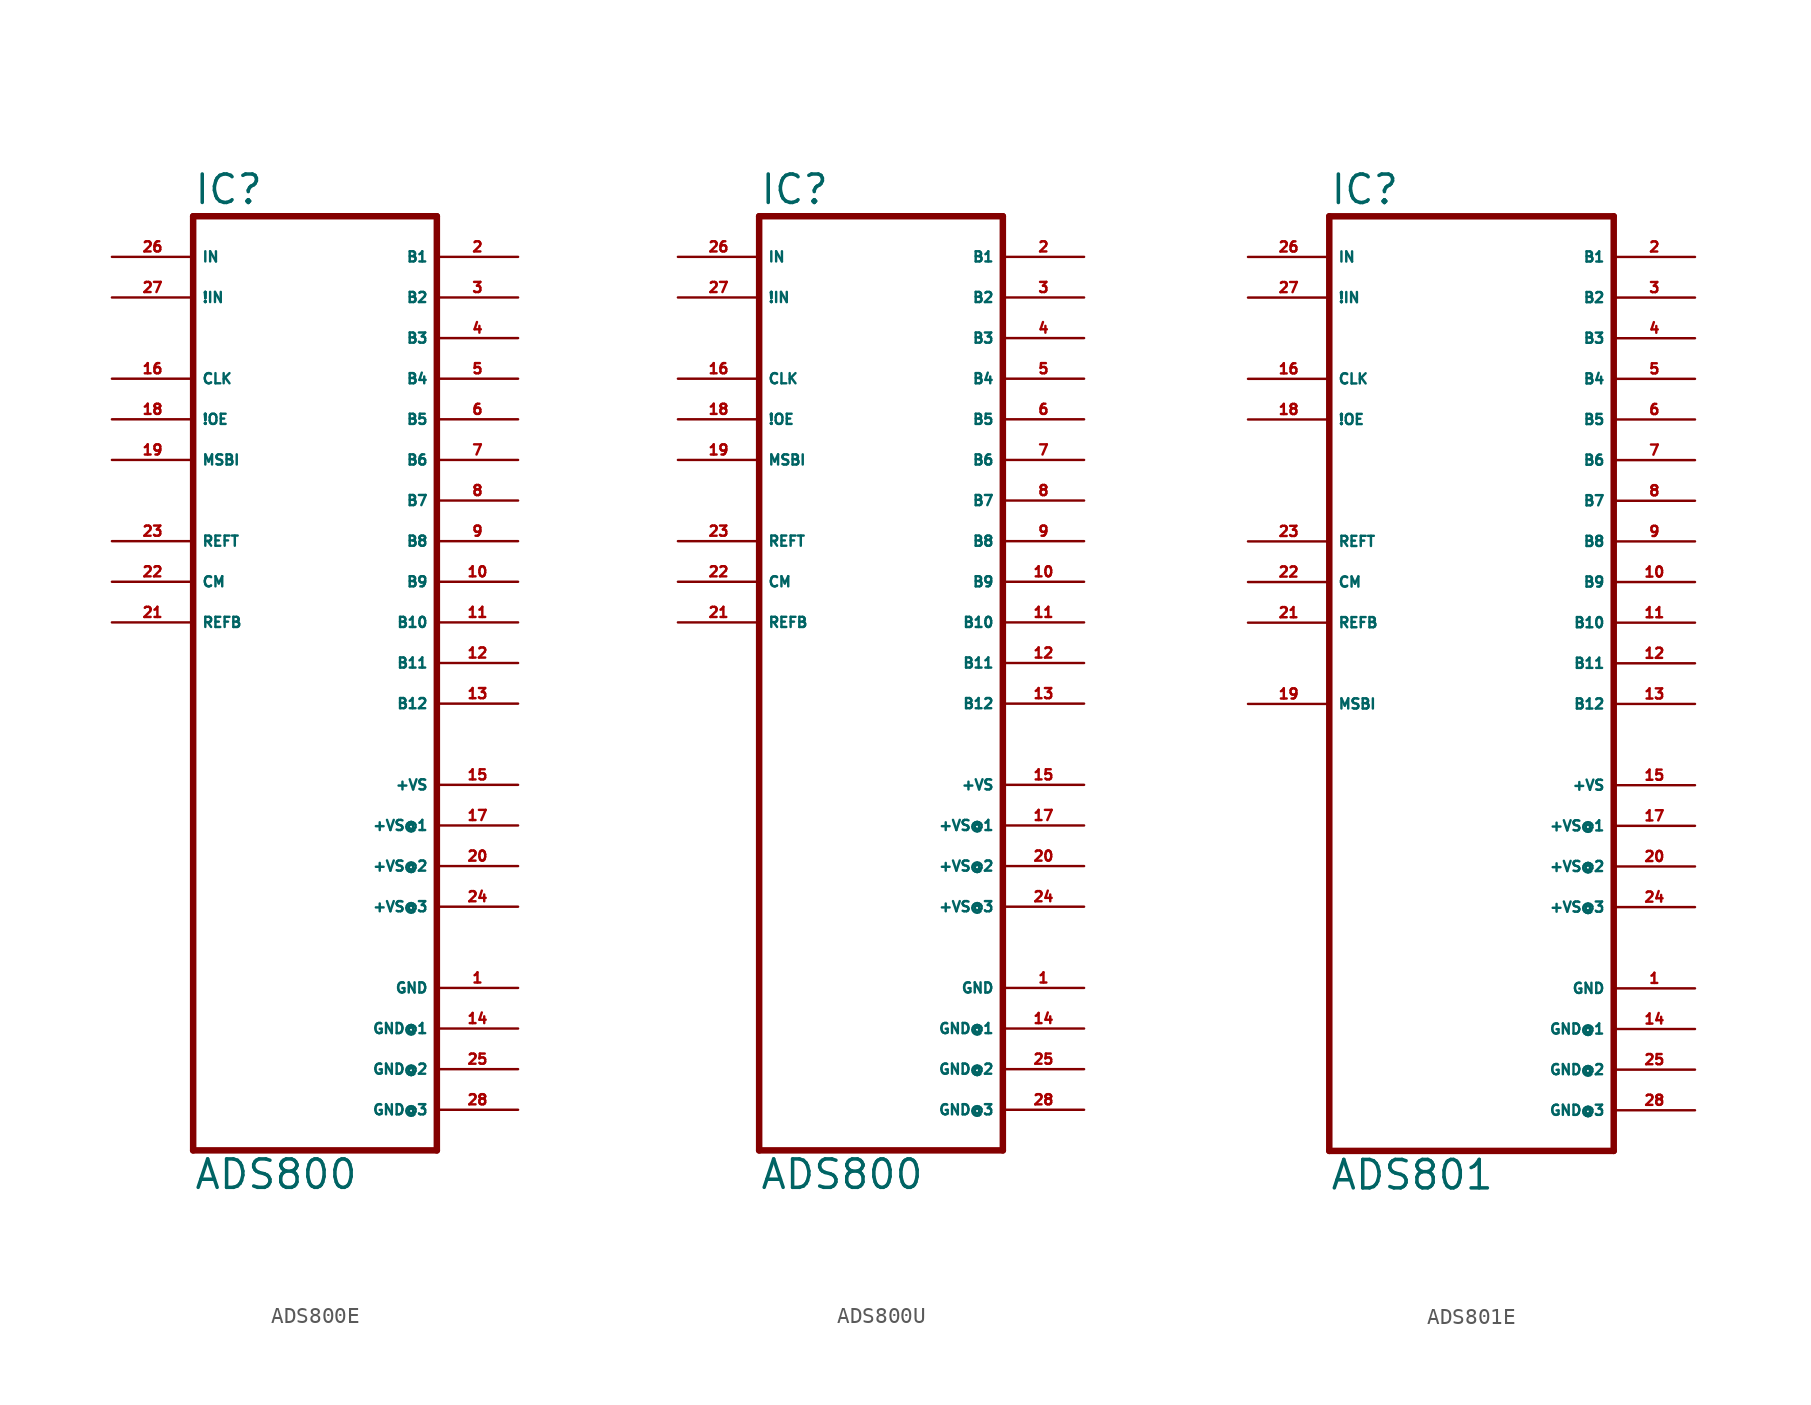
<source format=kicad_sym>
(kicad_symbol_lib
  (version 20220914)
  (generator Eagle2Kicad)
  (symbol "ADS800E"
    (property "Reference" "IC"
      (at -7.62 28.575 0)
      (effects (font (size 1.778 1.778) (thickness 0.22)) (justify left bottom)))
    (property "Value" "ADS800"
      (at -7.62 -33.02 0)
      (effects (font (size 1.778 1.778) (thickness 0.22)) (justify left bottom)))
    (polyline
      (pts (xy 7.62 -30.48) (xy -7.62 -30.48))
      (stroke (width 0.406) (type default))
      (fill (type none)))
    (polyline
      (pts (xy -7.62 -30.48) (xy -7.62 27.94))
      (stroke (width 0.406) (type default))
      (fill (type none)))
    (polyline
      (pts (xy -7.62 27.94) (xy 7.62 27.94))
      (stroke (width 0.406) (type default))
      (fill (type none)))
    (polyline
      (pts (xy 7.62 27.94) (xy 7.62 -30.48))
      (stroke (width 0.406) (type default))
      (fill (type none)))
    (pin input line
      (at -12.7 25.4 0)
      (length 5.08)
      (name "IN" (effects (font (size 0.635 0.635) (thickness 0.08)) (justify left bottom)))
      (number "26" (effects (font (size 0.635 0.635) (thickness 0.08)) (justify left bottom))))
    (pin input line
      (at -12.7 22.86 0)
      (length 5.08)
      (name "!IN" (effects (font (size 0.635 0.635) (thickness 0.08)) (justify left bottom)))
      (number "27" (effects (font (size 0.635 0.635) (thickness 0.08)) (justify left bottom))))
    (pin passive line
      (at -12.7 7.62 0)
      (length 5.08)
      (name "REFT" (effects (font (size 0.635 0.635) (thickness 0.08)) (justify left bottom)))
      (number "23" (effects (font (size 0.635 0.635) (thickness 0.08)) (justify left bottom))))
    (pin passive line
      (at -12.7 2.54 0)
      (length 5.08)
      (name "REFB" (effects (font (size 0.635 0.635) (thickness 0.08)) (justify left bottom)))
      (number "21" (effects (font (size 0.635 0.635) (thickness 0.08)) (justify left bottom))))
    (pin passive line
      (at -12.7 5.08 0)
      (length 5.08)
      (name "CM" (effects (font (size 0.635 0.635) (thickness 0.08)) (justify left bottom)))
      (number "22" (effects (font (size 0.635 0.635) (thickness 0.08)) (justify left bottom))))
    (pin input line
      (at -12.7 17.78 0)
      (length 5.08)
      (name "CLK" (effects (font (size 0.635 0.635) (thickness 0.08)) (justify left bottom)))
      (number "16" (effects (font (size 0.635 0.635) (thickness 0.08)) (justify left bottom))))
    (pin input line
      (at -12.7 15.24 0)
      (length 5.08)
      (name "!OE" (effects (font (size 0.635 0.635) (thickness 0.08)) (justify left bottom)))
      (number "18" (effects (font (size 0.635 0.635) (thickness 0.08)) (justify left bottom))))
    (pin input line
      (at -12.7 12.7 0)
      (length 5.08)
      (name "MSBI" (effects (font (size 0.635 0.635) (thickness 0.08)) (justify left bottom)))
      (number "19" (effects (font (size 0.635 0.635) (thickness 0.08)) (justify left bottom))))
    (pin output line
      (at 12.7 25.4 180)
      (length 5.08)
      (name "B1" (effects (font (size 0.635 0.635) (thickness 0.08)) (justify left bottom)))
      (number "2" (effects (font (size 0.635 0.635) (thickness 0.08)) (justify left bottom))))
    (pin output line
      (at 12.7 22.86 180)
      (length 5.08)
      (name "B2" (effects (font (size 0.635 0.635) (thickness 0.08)) (justify left bottom)))
      (number "3" (effects (font (size 0.635 0.635) (thickness 0.08)) (justify left bottom))))
    (pin output line
      (at 12.7 20.32 180)
      (length 5.08)
      (name "B3" (effects (font (size 0.635 0.635) (thickness 0.08)) (justify left bottom)))
      (number "4" (effects (font (size 0.635 0.635) (thickness 0.08)) (justify left bottom))))
    (pin output line
      (at 12.7 17.78 180)
      (length 5.08)
      (name "B4" (effects (font (size 0.635 0.635) (thickness 0.08)) (justify left bottom)))
      (number "5" (effects (font (size 0.635 0.635) (thickness 0.08)) (justify left bottom))))
    (pin output line
      (at 12.7 15.24 180)
      (length 5.08)
      (name "B5" (effects (font (size 0.635 0.635) (thickness 0.08)) (justify left bottom)))
      (number "6" (effects (font (size 0.635 0.635) (thickness 0.08)) (justify left bottom))))
    (pin output line
      (at 12.7 12.7 180)
      (length 5.08)
      (name "B6" (effects (font (size 0.635 0.635) (thickness 0.08)) (justify left bottom)))
      (number "7" (effects (font (size 0.635 0.635) (thickness 0.08)) (justify left bottom))))
    (pin output line
      (at 12.7 10.16 180)
      (length 5.08)
      (name "B7" (effects (font (size 0.635 0.635) (thickness 0.08)) (justify left bottom)))
      (number "8" (effects (font (size 0.635 0.635) (thickness 0.08)) (justify left bottom))))
    (pin output line
      (at 12.7 7.62 180)
      (length 5.08)
      (name "B8" (effects (font (size 0.635 0.635) (thickness 0.08)) (justify left bottom)))
      (number "9" (effects (font (size 0.635 0.635) (thickness 0.08)) (justify left bottom))))
    (pin output line
      (at 12.7 5.08 180)
      (length 5.08)
      (name "B9" (effects (font (size 0.635 0.635) (thickness 0.08)) (justify left bottom)))
      (number "10" (effects (font (size 0.635 0.635) (thickness 0.08)) (justify left bottom))))
    (pin output line
      (at 12.7 2.54 180)
      (length 5.08)
      (name "B10" (effects (font (size 0.635 0.635) (thickness 0.08)) (justify left bottom)))
      (number "11" (effects (font (size 0.635 0.635) (thickness 0.08)) (justify left bottom))))
    (pin output line
      (at 12.7 0 180)
      (length 5.08)
      (name "B11" (effects (font (size 0.635 0.635) (thickness 0.08)) (justify left bottom)))
      (number "12" (effects (font (size 0.635 0.635) (thickness 0.08)) (justify left bottom))))
    (pin output line
      (at 12.7 -2.54 180)
      (length 5.08)
      (name "B12" (effects (font (size 0.635 0.635) (thickness 0.08)) (justify left bottom)))
      (number "13" (effects (font (size 0.635 0.635) (thickness 0.08)) (justify left bottom))))
    (pin unspecified line
      (at 12.7 -25.4 180)
      (length 5.08)
      (name "GND@2" (effects (font (size 0.635 0.635) (thickness 0.08)) (justify left bottom)))
      (number "25" (effects (font (size 0.635 0.635) (thickness 0.08)) (justify left bottom))))
    (pin unspecified line
      (at 12.7 -22.86 180)
      (length 5.08)
      (name "GND@1" (effects (font (size 0.635 0.635) (thickness 0.08)) (justify left bottom)))
      (number "14" (effects (font (size 0.635 0.635) (thickness 0.08)) (justify left bottom))))
    (pin unspecified line
      (at 12.7 -20.32 180)
      (length 5.08)
      (name "GND" (effects (font (size 0.635 0.635) (thickness 0.08)) (justify left bottom)))
      (number "1" (effects (font (size 0.635 0.635) (thickness 0.08)) (justify left bottom))))
    (pin unspecified line
      (at 12.7 -7.62 180)
      (length 5.08)
      (name "+VS" (effects (font (size 0.635 0.635) (thickness 0.08)) (justify left bottom)))
      (number "15" (effects (font (size 0.635 0.635) (thickness 0.08)) (justify left bottom))))
    (pin unspecified line
      (at 12.7 -10.16 180)
      (length 5.08)
      (name "+VS@1" (effects (font (size 0.635 0.635) (thickness 0.08)) (justify left bottom)))
      (number "17" (effects (font (size 0.635 0.635) (thickness 0.08)) (justify left bottom))))
    (pin unspecified line
      (at 12.7 -12.7 180)
      (length 5.08)
      (name "+VS@2" (effects (font (size 0.635 0.635) (thickness 0.08)) (justify left bottom)))
      (number "20" (effects (font (size 0.635 0.635) (thickness 0.08)) (justify left bottom))))
    (pin unspecified line
      (at 12.7 -15.24 180)
      (length 5.08)
      (name "+VS@3" (effects (font (size 0.635 0.635) (thickness 0.08)) (justify left bottom)))
      (number "24" (effects (font (size 0.635 0.635) (thickness 0.08)) (justify left bottom))))
    (pin unspecified line
      (at 12.7 -27.94 180)
      (length 5.08)
      (name "GND@3" (effects (font (size 0.635 0.635) (thickness 0.08)) (justify left bottom)))
      (number "28" (effects (font (size 0.635 0.635) (thickness 0.08)) (justify left bottom)))))
  (symbol "ADS800U"
    (property "Reference" "IC"
      (at -7.62 28.575 0)
      (effects (font (size 1.778 1.778) (thickness 0.22)) (justify left bottom)))
    (property "Value" "ADS800"
      (at -7.62 -33.02 0)
      (effects (font (size 1.778 1.778) (thickness 0.22)) (justify left bottom)))
    (polyline
      (pts (xy 7.62 -30.48) (xy -7.62 -30.48))
      (stroke (width 0.406) (type default))
      (fill (type none)))
    (polyline
      (pts (xy -7.62 -30.48) (xy -7.62 27.94))
      (stroke (width 0.406) (type default))
      (fill (type none)))
    (polyline
      (pts (xy -7.62 27.94) (xy 7.62 27.94))
      (stroke (width 0.406) (type default))
      (fill (type none)))
    (polyline
      (pts (xy 7.62 27.94) (xy 7.62 -30.48))
      (stroke (width 0.406) (type default))
      (fill (type none)))
    (pin input line
      (at -12.7 25.4 0)
      (length 5.08)
      (name "IN" (effects (font (size 0.635 0.635) (thickness 0.08)) (justify left bottom)))
      (number "26" (effects (font (size 0.635 0.635) (thickness 0.08)) (justify left bottom))))
    (pin input line
      (at -12.7 22.86 0)
      (length 5.08)
      (name "!IN" (effects (font (size 0.635 0.635) (thickness 0.08)) (justify left bottom)))
      (number "27" (effects (font (size 0.635 0.635) (thickness 0.08)) (justify left bottom))))
    (pin passive line
      (at -12.7 7.62 0)
      (length 5.08)
      (name "REFT" (effects (font (size 0.635 0.635) (thickness 0.08)) (justify left bottom)))
      (number "23" (effects (font (size 0.635 0.635) (thickness 0.08)) (justify left bottom))))
    (pin passive line
      (at -12.7 2.54 0)
      (length 5.08)
      (name "REFB" (effects (font (size 0.635 0.635) (thickness 0.08)) (justify left bottom)))
      (number "21" (effects (font (size 0.635 0.635) (thickness 0.08)) (justify left bottom))))
    (pin passive line
      (at -12.7 5.08 0)
      (length 5.08)
      (name "CM" (effects (font (size 0.635 0.635) (thickness 0.08)) (justify left bottom)))
      (number "22" (effects (font (size 0.635 0.635) (thickness 0.08)) (justify left bottom))))
    (pin input line
      (at -12.7 17.78 0)
      (length 5.08)
      (name "CLK" (effects (font (size 0.635 0.635) (thickness 0.08)) (justify left bottom)))
      (number "16" (effects (font (size 0.635 0.635) (thickness 0.08)) (justify left bottom))))
    (pin input line
      (at -12.7 15.24 0)
      (length 5.08)
      (name "!OE" (effects (font (size 0.635 0.635) (thickness 0.08)) (justify left bottom)))
      (number "18" (effects (font (size 0.635 0.635) (thickness 0.08)) (justify left bottom))))
    (pin input line
      (at -12.7 12.7 0)
      (length 5.08)
      (name "MSBI" (effects (font (size 0.635 0.635) (thickness 0.08)) (justify left bottom)))
      (number "19" (effects (font (size 0.635 0.635) (thickness 0.08)) (justify left bottom))))
    (pin output line
      (at 12.7 25.4 180)
      (length 5.08)
      (name "B1" (effects (font (size 0.635 0.635) (thickness 0.08)) (justify left bottom)))
      (number "2" (effects (font (size 0.635 0.635) (thickness 0.08)) (justify left bottom))))
    (pin output line
      (at 12.7 22.86 180)
      (length 5.08)
      (name "B2" (effects (font (size 0.635 0.635) (thickness 0.08)) (justify left bottom)))
      (number "3" (effects (font (size 0.635 0.635) (thickness 0.08)) (justify left bottom))))
    (pin output line
      (at 12.7 20.32 180)
      (length 5.08)
      (name "B3" (effects (font (size 0.635 0.635) (thickness 0.08)) (justify left bottom)))
      (number "4" (effects (font (size 0.635 0.635) (thickness 0.08)) (justify left bottom))))
    (pin output line
      (at 12.7 17.78 180)
      (length 5.08)
      (name "B4" (effects (font (size 0.635 0.635) (thickness 0.08)) (justify left bottom)))
      (number "5" (effects (font (size 0.635 0.635) (thickness 0.08)) (justify left bottom))))
    (pin output line
      (at 12.7 15.24 180)
      (length 5.08)
      (name "B5" (effects (font (size 0.635 0.635) (thickness 0.08)) (justify left bottom)))
      (number "6" (effects (font (size 0.635 0.635) (thickness 0.08)) (justify left bottom))))
    (pin output line
      (at 12.7 12.7 180)
      (length 5.08)
      (name "B6" (effects (font (size 0.635 0.635) (thickness 0.08)) (justify left bottom)))
      (number "7" (effects (font (size 0.635 0.635) (thickness 0.08)) (justify left bottom))))
    (pin output line
      (at 12.7 10.16 180)
      (length 5.08)
      (name "B7" (effects (font (size 0.635 0.635) (thickness 0.08)) (justify left bottom)))
      (number "8" (effects (font (size 0.635 0.635) (thickness 0.08)) (justify left bottom))))
    (pin output line
      (at 12.7 7.62 180)
      (length 5.08)
      (name "B8" (effects (font (size 0.635 0.635) (thickness 0.08)) (justify left bottom)))
      (number "9" (effects (font (size 0.635 0.635) (thickness 0.08)) (justify left bottom))))
    (pin output line
      (at 12.7 5.08 180)
      (length 5.08)
      (name "B9" (effects (font (size 0.635 0.635) (thickness 0.08)) (justify left bottom)))
      (number "10" (effects (font (size 0.635 0.635) (thickness 0.08)) (justify left bottom))))
    (pin output line
      (at 12.7 2.54 180)
      (length 5.08)
      (name "B10" (effects (font (size 0.635 0.635) (thickness 0.08)) (justify left bottom)))
      (number "11" (effects (font (size 0.635 0.635) (thickness 0.08)) (justify left bottom))))
    (pin output line
      (at 12.7 0 180)
      (length 5.08)
      (name "B11" (effects (font (size 0.635 0.635) (thickness 0.08)) (justify left bottom)))
      (number "12" (effects (font (size 0.635 0.635) (thickness 0.08)) (justify left bottom))))
    (pin output line
      (at 12.7 -2.54 180)
      (length 5.08)
      (name "B12" (effects (font (size 0.635 0.635) (thickness 0.08)) (justify left bottom)))
      (number "13" (effects (font (size 0.635 0.635) (thickness 0.08)) (justify left bottom))))
    (pin unspecified line
      (at 12.7 -25.4 180)
      (length 5.08)
      (name "GND@2" (effects (font (size 0.635 0.635) (thickness 0.08)) (justify left bottom)))
      (number "25" (effects (font (size 0.635 0.635) (thickness 0.08)) (justify left bottom))))
    (pin unspecified line
      (at 12.7 -22.86 180)
      (length 5.08)
      (name "GND@1" (effects (font (size 0.635 0.635) (thickness 0.08)) (justify left bottom)))
      (number "14" (effects (font (size 0.635 0.635) (thickness 0.08)) (justify left bottom))))
    (pin unspecified line
      (at 12.7 -20.32 180)
      (length 5.08)
      (name "GND" (effects (font (size 0.635 0.635) (thickness 0.08)) (justify left bottom)))
      (number "1" (effects (font (size 0.635 0.635) (thickness 0.08)) (justify left bottom))))
    (pin unspecified line
      (at 12.7 -7.62 180)
      (length 5.08)
      (name "+VS" (effects (font (size 0.635 0.635) (thickness 0.08)) (justify left bottom)))
      (number "15" (effects (font (size 0.635 0.635) (thickness 0.08)) (justify left bottom))))
    (pin unspecified line
      (at 12.7 -10.16 180)
      (length 5.08)
      (name "+VS@1" (effects (font (size 0.635 0.635) (thickness 0.08)) (justify left bottom)))
      (number "17" (effects (font (size 0.635 0.635) (thickness 0.08)) (justify left bottom))))
    (pin unspecified line
      (at 12.7 -12.7 180)
      (length 5.08)
      (name "+VS@2" (effects (font (size 0.635 0.635) (thickness 0.08)) (justify left bottom)))
      (number "20" (effects (font (size 0.635 0.635) (thickness 0.08)) (justify left bottom))))
    (pin unspecified line
      (at 12.7 -15.24 180)
      (length 5.08)
      (name "+VS@3" (effects (font (size 0.635 0.635) (thickness 0.08)) (justify left bottom)))
      (number "24" (effects (font (size 0.635 0.635) (thickness 0.08)) (justify left bottom))))
    (pin unspecified line
      (at 12.7 -27.94 180)
      (length 5.08)
      (name "GND@3" (effects (font (size 0.635 0.635) (thickness 0.08)) (justify left bottom)))
      (number "28" (effects (font (size 0.635 0.635) (thickness 0.08)) (justify left bottom)))))
  (symbol "ADS801E"
    (property "Reference" "IC"
      (at -10.16 26.035 0)
      (effects (font (size 1.778 1.778) (thickness 0.22)) (justify left bottom)))
    (property "Value" "ADS801"
      (at -10.16 -35.56 0)
      (effects (font (size 1.778 1.778) (thickness 0.22)) (justify left bottom)))
    (polyline
      (pts (xy -10.16 25.4) (xy 7.62 25.4))
      (stroke (width 0.406) (type default))
      (fill (type none)))
    (polyline
      (pts (xy 7.62 25.4) (xy 7.62 -33.02))
      (stroke (width 0.406) (type default))
      (fill (type none)))
    (polyline
      (pts (xy 7.62 -33.02) (xy -10.16 -33.02))
      (stroke (width 0.406) (type default))
      (fill (type none)))
    (polyline
      (pts (xy -10.16 -33.02) (xy -10.16 25.4))
      (stroke (width 0.406) (type default))
      (fill (type none)))
    (pin input line
      (at -15.24 22.86 0)
      (length 5.08)
      (name "IN" (effects (font (size 0.635 0.635) (thickness 0.08)) (justify left bottom)))
      (number "26" (effects (font (size 0.635 0.635) (thickness 0.08)) (justify left bottom))))
    (pin input line
      (at -15.24 15.24 0)
      (length 5.08)
      (name "CLK" (effects (font (size 0.635 0.635) (thickness 0.08)) (justify left bottom)))
      (number "16" (effects (font (size 0.635 0.635) (thickness 0.08)) (justify left bottom))))
    (pin input line
      (at -15.24 12.7 0)
      (length 5.08)
      (name "!OE" (effects (font (size 0.635 0.635) (thickness 0.08)) (justify left bottom)))
      (number "18" (effects (font (size 0.635 0.635) (thickness 0.08)) (justify left bottom))))
    (pin output line
      (at 12.7 -5.08 180)
      (length 5.08)
      (name "B12" (effects (font (size 0.635 0.635) (thickness 0.08)) (justify left bottom)))
      (number "13" (effects (font (size 0.635 0.635) (thickness 0.08)) (justify left bottom))))
    (pin output line
      (at 12.7 22.86 180)
      (length 5.08)
      (name "B1" (effects (font (size 0.635 0.635) (thickness 0.08)) (justify left bottom)))
      (number "2" (effects (font (size 0.635 0.635) (thickness 0.08)) (justify left bottom))))
    (pin output line
      (at 12.7 20.32 180)
      (length 5.08)
      (name "B2" (effects (font (size 0.635 0.635) (thickness 0.08)) (justify left bottom)))
      (number "3" (effects (font (size 0.635 0.635) (thickness 0.08)) (justify left bottom))))
    (pin output line
      (at 12.7 17.78 180)
      (length 5.08)
      (name "B3" (effects (font (size 0.635 0.635) (thickness 0.08)) (justify left bottom)))
      (number "4" (effects (font (size 0.635 0.635) (thickness 0.08)) (justify left bottom))))
    (pin output line
      (at 12.7 15.24 180)
      (length 5.08)
      (name "B4" (effects (font (size 0.635 0.635) (thickness 0.08)) (justify left bottom)))
      (number "5" (effects (font (size 0.635 0.635) (thickness 0.08)) (justify left bottom))))
    (pin output line
      (at 12.7 12.7 180)
      (length 5.08)
      (name "B5" (effects (font (size 0.635 0.635) (thickness 0.08)) (justify left bottom)))
      (number "6" (effects (font (size 0.635 0.635) (thickness 0.08)) (justify left bottom))))
    (pin output line
      (at 12.7 10.16 180)
      (length 5.08)
      (name "B6" (effects (font (size 0.635 0.635) (thickness 0.08)) (justify left bottom)))
      (number "7" (effects (font (size 0.635 0.635) (thickness 0.08)) (justify left bottom))))
    (pin output line
      (at 12.7 7.62 180)
      (length 5.08)
      (name "B7" (effects (font (size 0.635 0.635) (thickness 0.08)) (justify left bottom)))
      (number "8" (effects (font (size 0.635 0.635) (thickness 0.08)) (justify left bottom))))
    (pin output line
      (at 12.7 5.08 180)
      (length 5.08)
      (name "B8" (effects (font (size 0.635 0.635) (thickness 0.08)) (justify left bottom)))
      (number "9" (effects (font (size 0.635 0.635) (thickness 0.08)) (justify left bottom))))
    (pin unspecified line
      (at 12.7 -10.16 180)
      (length 5.08)
      (name "+VS" (effects (font (size 0.635 0.635) (thickness 0.08)) (justify left bottom)))
      (number "15" (effects (font (size 0.635 0.635) (thickness 0.08)) (justify left bottom))))
    (pin unspecified line
      (at 12.7 -12.7 180)
      (length 5.08)
      (name "+VS@1" (effects (font (size 0.635 0.635) (thickness 0.08)) (justify left bottom)))
      (number "17" (effects (font (size 0.635 0.635) (thickness 0.08)) (justify left bottom))))
    (pin unspecified line
      (at 12.7 -15.24 180)
      (length 5.08)
      (name "+VS@2" (effects (font (size 0.635 0.635) (thickness 0.08)) (justify left bottom)))
      (number "20" (effects (font (size 0.635 0.635) (thickness 0.08)) (justify left bottom))))
    (pin unspecified line
      (at 12.7 -22.86 180)
      (length 5.08)
      (name "GND" (effects (font (size 0.635 0.635) (thickness 0.08)) (justify left bottom)))
      (number "1" (effects (font (size 0.635 0.635) (thickness 0.08)) (justify left bottom))))
    (pin unspecified line
      (at 12.7 -25.4 180)
      (length 5.08)
      (name "GND@1" (effects (font (size 0.635 0.635) (thickness 0.08)) (justify left bottom)))
      (number "14" (effects (font (size 0.635 0.635) (thickness 0.08)) (justify left bottom))))
    (pin unspecified line
      (at 12.7 -27.94 180)
      (length 5.08)
      (name "GND@2" (effects (font (size 0.635 0.635) (thickness 0.08)) (justify left bottom)))
      (number "25" (effects (font (size 0.635 0.635) (thickness 0.08)) (justify left bottom))))
    (pin unspecified line
      (at 12.7 -30.48 180)
      (length 5.08)
      (name "GND@3" (effects (font (size 0.635 0.635) (thickness 0.08)) (justify left bottom)))
      (number "28" (effects (font (size 0.635 0.635) (thickness 0.08)) (justify left bottom))))
    (pin input line
      (at -15.24 20.32 0)
      (length 5.08)
      (name "!IN" (effects (font (size 0.635 0.635) (thickness 0.08)) (justify left bottom)))
      (number "27" (effects (font (size 0.635 0.635) (thickness 0.08)) (justify left bottom))))
    (pin input line
      (at -15.24 2.54 0)
      (length 5.08)
      (name "CM" (effects (font (size 0.635 0.635) (thickness 0.08)) (justify left bottom)))
      (number "22" (effects (font (size 0.635 0.635) (thickness 0.08)) (justify left bottom))))
    (pin input line
      (at -15.24 -5.08 0)
      (length 5.08)
      (name "MSBI" (effects (font (size 0.635 0.635) (thickness 0.08)) (justify left bottom)))
      (number "19" (effects (font (size 0.635 0.635) (thickness 0.08)) (justify left bottom))))
    (pin output line
      (at 12.7 -2.54 180)
      (length 5.08)
      (name "B11" (effects (font (size 0.635 0.635) (thickness 0.08)) (justify left bottom)))
      (number "12" (effects (font (size 0.635 0.635) (thickness 0.08)) (justify left bottom))))
    (pin output line
      (at 12.7 0 180)
      (length 5.08)
      (name "B10" (effects (font (size 0.635 0.635) (thickness 0.08)) (justify left bottom)))
      (number "11" (effects (font (size 0.635 0.635) (thickness 0.08)) (justify left bottom))))
    (pin output line
      (at 12.7 2.54 180)
      (length 5.08)
      (name "B9" (effects (font (size 0.635 0.635) (thickness 0.08)) (justify left bottom)))
      (number "10" (effects (font (size 0.635 0.635) (thickness 0.08)) (justify left bottom))))
    (pin input line
      (at -15.24 5.08 0)
      (length 5.08)
      (name "REFT" (effects (font (size 0.635 0.635) (thickness 0.08)) (justify left bottom)))
      (number "23" (effects (font (size 0.635 0.635) (thickness 0.08)) (justify left bottom))))
    (pin input line
      (at -15.24 0 0)
      (length 5.08)
      (name "REFB" (effects (font (size 0.635 0.635) (thickness 0.08)) (justify left bottom)))
      (number "21" (effects (font (size 0.635 0.635) (thickness 0.08)) (justify left bottom))))
    (pin unspecified line
      (at 12.7 -17.78 180)
      (length 5.08)
      (name "+VS@3" (effects (font (size 0.635 0.635) (thickness 0.08)) (justify left bottom)))
      (number "24" (effects (font (size 0.635 0.635) (thickness 0.08)) (justify left bottom))))))
</source>
